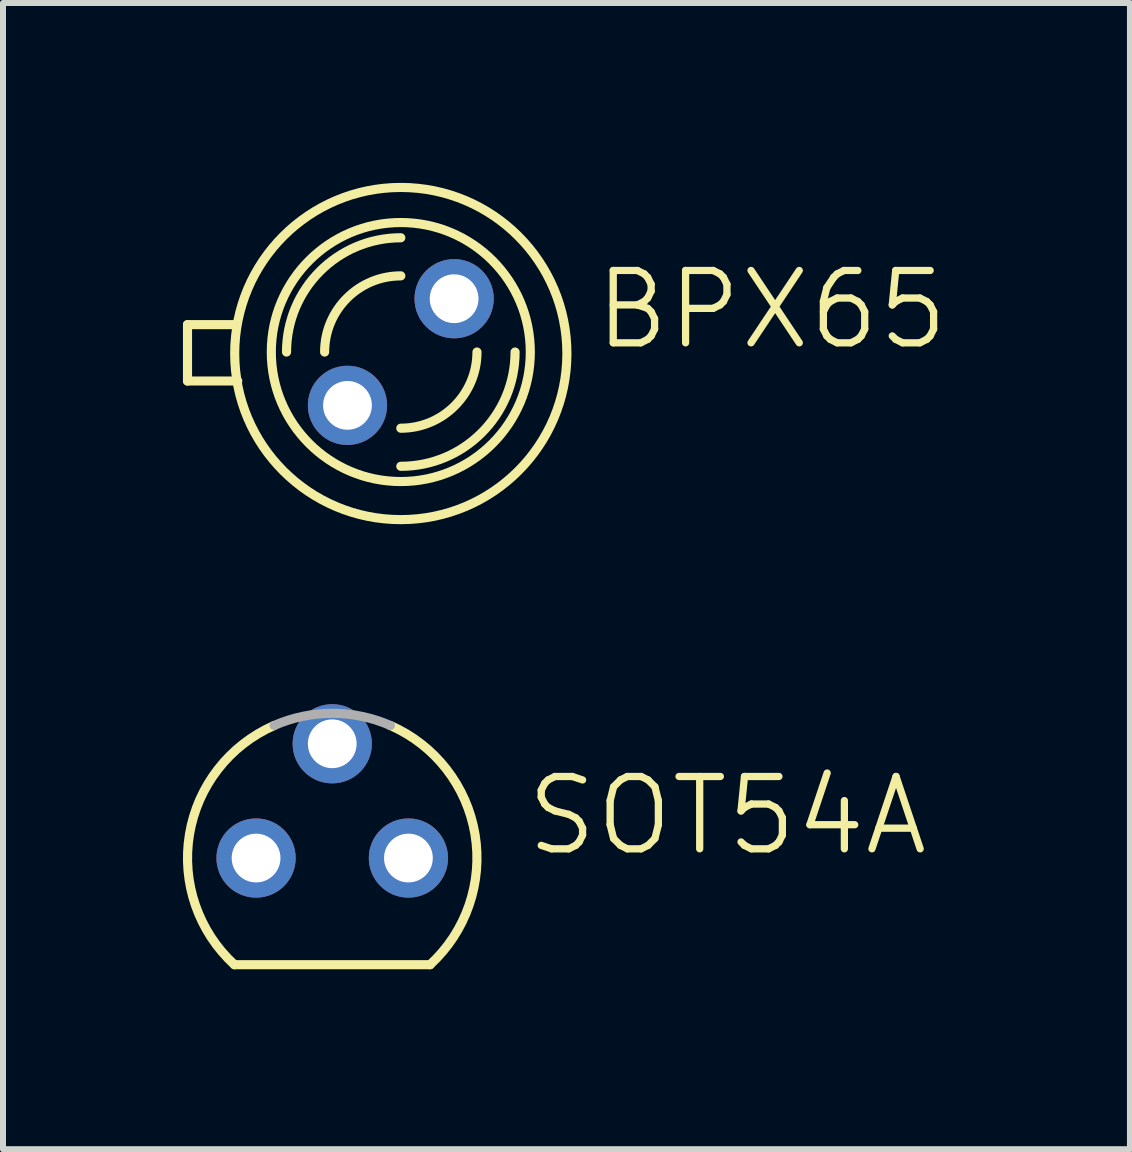
<source format=kicad_pcb>
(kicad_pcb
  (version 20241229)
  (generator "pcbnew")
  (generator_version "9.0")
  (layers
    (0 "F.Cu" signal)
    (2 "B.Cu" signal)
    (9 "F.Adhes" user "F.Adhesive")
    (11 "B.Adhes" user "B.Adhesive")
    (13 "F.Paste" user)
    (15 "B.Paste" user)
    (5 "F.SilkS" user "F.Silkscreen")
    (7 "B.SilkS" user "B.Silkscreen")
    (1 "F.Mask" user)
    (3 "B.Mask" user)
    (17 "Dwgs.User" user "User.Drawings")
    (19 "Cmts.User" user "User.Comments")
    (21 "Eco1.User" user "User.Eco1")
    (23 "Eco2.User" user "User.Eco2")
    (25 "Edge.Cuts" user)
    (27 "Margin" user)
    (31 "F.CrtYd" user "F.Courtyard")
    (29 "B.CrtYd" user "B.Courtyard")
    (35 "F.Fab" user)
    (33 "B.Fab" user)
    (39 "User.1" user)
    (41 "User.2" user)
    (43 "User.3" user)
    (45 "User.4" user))
  (footprint "SOT54A"
    (layer "F.Cu")
    (at 2.489 11.255)
    (property "Reference" "SOT54A" (at 3.175 0 0) (layer "F.SilkS") (effects (font (size 1.206 1.206) (thickness 0.121)) (justify left bottom)))
    (attr through_hole)
    (fp_line (start -1.631 1.778) (end 1.631 1.778) (stroke (width 0.152) (type solid)) (layer "F.SilkS"))
    (fp_arc (start -1.631 1.778) (mid -2.380096 -0.395238) (end -0.968899 -2.209799) (stroke (width 0.1524) (type solid)) (layer "F.SilkS"))
    (fp_arc (start 0.9689 -2.2098) (mid 2.380097 -0.395238) (end 1.631001 1.778001) (stroke (width 0.1524) (type solid)) (layer "F.SilkS"))
    (fp_arc (start -0.9692 -2.2098) (mid 0 -2.412999) (end 0.9692 -2.2098) (stroke (width 0.1524) (type solid)) (layer "F.Fab"))
    (pad "B" thru_hole circle (at 0 -1.905) (size 1.321 1.321) (drill 0.813) (layers "*.Cu" "*.Mask"))
    (pad "C" thru_hole circle (at -1.27 0) (size 1.321 1.321) (drill 0.813) (layers "*.Cu" "*.Mask"))
    (pad "E" thru_hole circle (at 1.27 0) (size 1.321 1.321) (drill 0.813) (layers "*.Cu" "*.Mask")))
  (footprint "BPX65"
    (layer "F.Cu")
    (at 3.632 2.819)
    (property "Reference" "BPX65" (at 3.175 0 180) (layer "F.SilkS") (effects (font (size 1.206 1.206) (thickness 0.121)) (justify left bottom)))
    (attr through_hole)
    (fp_line (start -3.556 -0.457) (end -3.556 0.483) (stroke (width 0.152) (type solid)) (layer "F.SilkS"))
    (fp_line (start -3.556 0.483) (end -2.718 0.483) (stroke (width 0.152) (type solid)) (layer "F.SilkS"))
    (fp_line (start -2.743 -0.457) (end -3.556 -0.457) (stroke (width 0.152) (type solid)) (layer "F.SilkS"))
    (fp_arc (start -1.905 0) (mid -1.347038 -1.347038) (end 0 -1.905) (stroke (width 0.1524) (type solid)) (layer "F.SilkS"))
    (fp_arc (start -1.27 0) (mid -0.898026 -0.898026) (end 0 -1.27) (stroke (width 0.1524) (type solid)) (layer "F.SilkS"))
    (fp_arc (start 1.27 0) (mid 0.898026 0.898026) (end 0 1.27) (stroke (width 0.1524) (type solid)) (layer "F.SilkS"))
    (fp_arc (start 1.905 0) (mid 1.347038 1.347038) (end 0 1.905) (stroke (width 0.1524) (type solid)) (layer "F.SilkS"))
    (fp_circle (center 0 0) (end 2.159 0) (stroke (width 0.152) (type solid)) (fill no) (layer "F.SilkS"))
    (fp_circle (center 0 0.025) (end 2.769 0.025) (stroke (width 0.152) (type solid)) (fill no) (layer "F.SilkS"))
    (pad "A" thru_hole circle (at -0.889 0.889) (size 1.321 1.321) (drill 0.813) (layers "*.Cu" "*.Mask"))
    (pad "K" thru_hole circle (at 0.889 -0.889) (size 1.321 1.321) (drill 0.813) (layers "*.Cu" "*.Mask")))
  (gr_rect
    (start -3 -3)
    (end 15.788 16.109)
    (stroke (width 0.1) (type default))
    (fill no)
    (layer "Edge.Cuts")))
</source>
